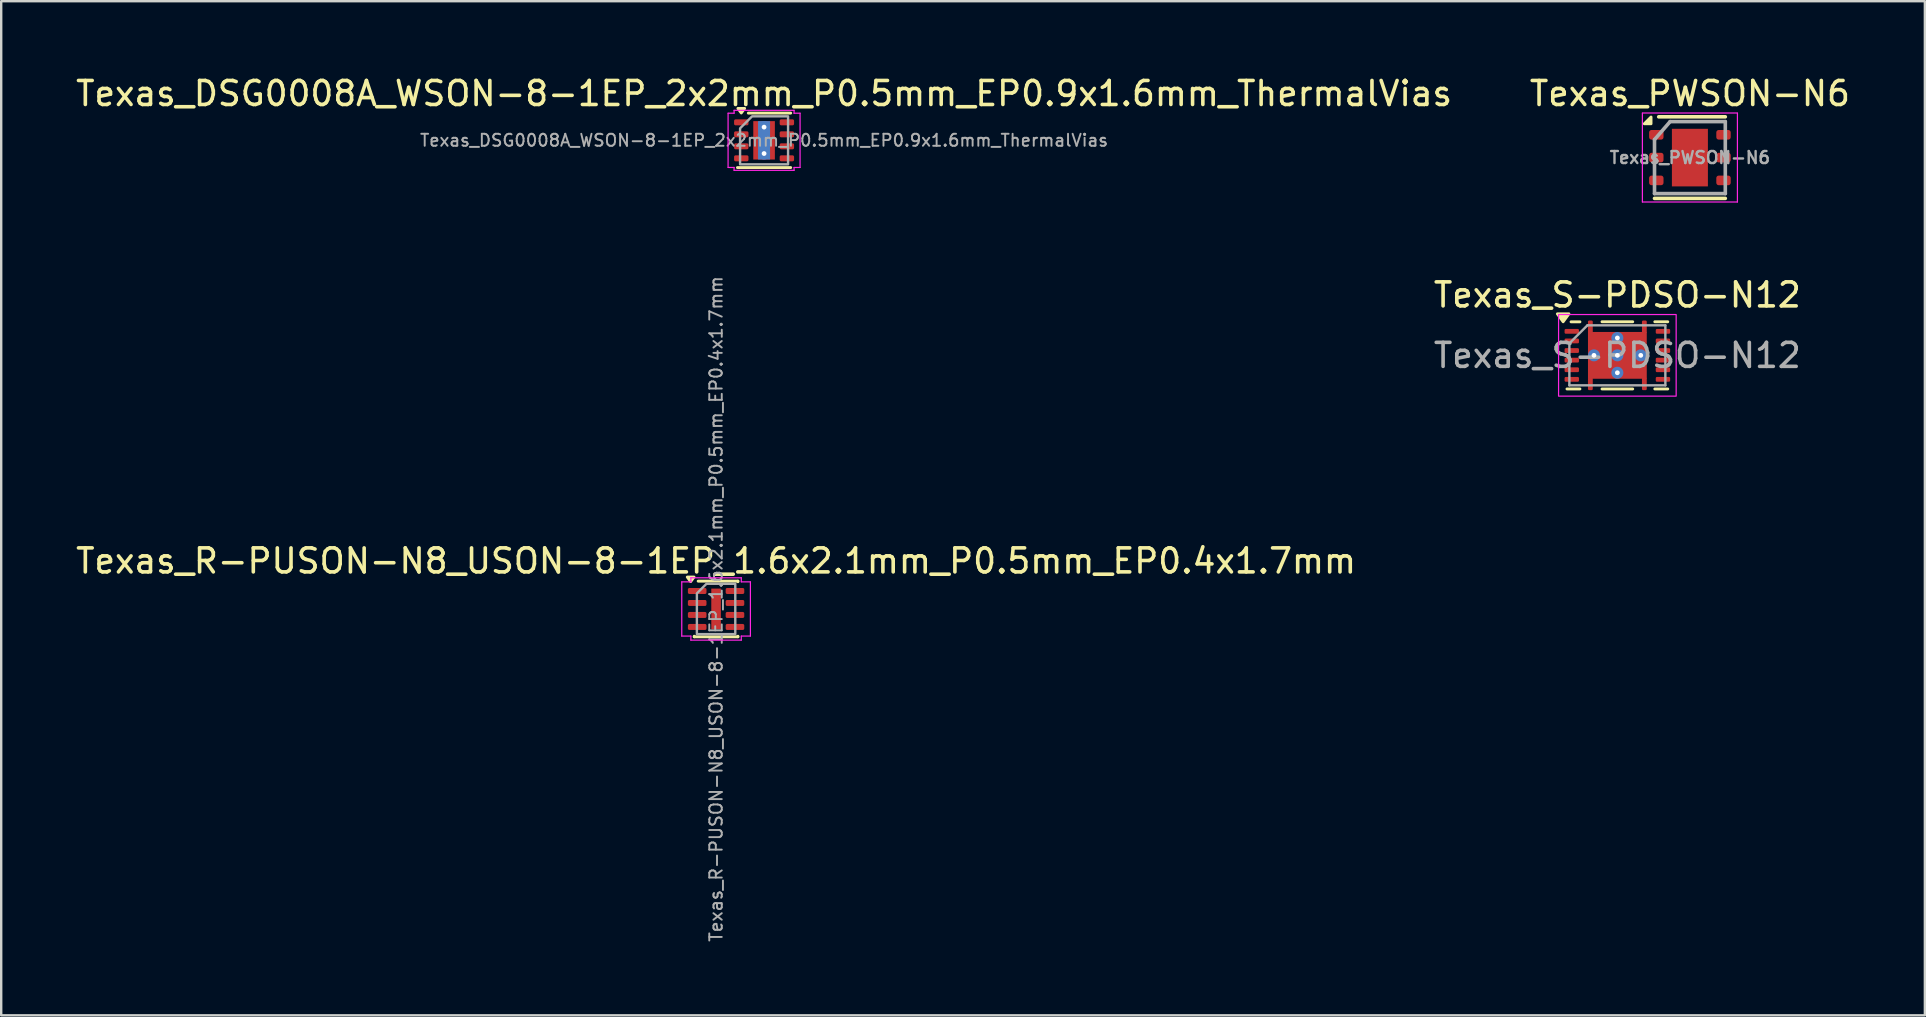
<source format=kicad_pcb>
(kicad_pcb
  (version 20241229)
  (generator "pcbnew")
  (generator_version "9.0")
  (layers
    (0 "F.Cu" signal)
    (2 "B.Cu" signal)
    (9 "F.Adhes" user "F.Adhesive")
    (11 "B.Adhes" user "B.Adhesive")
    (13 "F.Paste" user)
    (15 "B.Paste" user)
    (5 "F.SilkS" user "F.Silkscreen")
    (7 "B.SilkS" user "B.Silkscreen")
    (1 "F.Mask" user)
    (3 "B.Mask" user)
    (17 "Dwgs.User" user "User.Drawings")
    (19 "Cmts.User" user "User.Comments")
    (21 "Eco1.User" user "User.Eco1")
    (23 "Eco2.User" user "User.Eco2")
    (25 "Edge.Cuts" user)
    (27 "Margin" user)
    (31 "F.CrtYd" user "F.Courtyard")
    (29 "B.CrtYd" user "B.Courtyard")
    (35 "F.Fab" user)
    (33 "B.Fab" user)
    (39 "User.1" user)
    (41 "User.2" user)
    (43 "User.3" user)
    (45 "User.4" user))
  (footprint "Texas_S-PDSO-N12"
    (layer "F.Cu")
    (at 64.352 11.759)
    (property "Reference" "Texas_S-PDSO-N12" (at -0.001 -2.517 0) (layer "F.SilkS") (effects (font (size 1 1) (thickness 0.15))))
    (attr smd)
    (fp_line (start -1.56 -1.397) (end -1.93 -1.397) (stroke (width 0.12) (type solid)) (layer "F.SilkS"))
    (fp_line (start -1.56 1.4) (end -2.1 1.4) (stroke (width 0.12) (type solid)) (layer "F.SilkS"))
    (fp_line (start 0.64 -1.4) (end -0.64 -1.4) (stroke (width 0.12) (type solid)) (layer "F.SilkS"))
    (fp_line (start 0.64 1.4) (end -0.64 1.4) (stroke (width 0.12) (type solid)) (layer "F.SilkS"))
    (fp_line (start 1.56 -1.4) (end 2.1 -1.4) (stroke (width 0.12) (type solid)) (layer "F.SilkS"))
    (fp_line (start 1.56 1.4) (end 2.1 1.4) (stroke (width 0.12) (type solid)) (layer "F.SilkS"))
    (fp_poly (pts (xy -2.26 -1.4) (xy -2.5 -1.73) (xy -2.02 -1.73) (xy -2.26 -1.4)) (stroke (width 0.12) (type solid)) (fill yes) (layer "F.SilkS"))
    (fp_rect (start -2.45 -1.7) (end 2.45 1.7) (stroke (width 0.05) (type default)) (fill no) (layer "F.CrtYd"))
    (fp_line (start -2 -0.5) (end -2 1.25) (stroke (width 0.1) (type solid)) (layer "F.Fab"))
    (fp_line (start -2 -0.5) (end -1.25 -1.25) (stroke (width 0.1) (type solid)) (layer "F.Fab"))
    (fp_line (start -2 1.25) (end 2 1.25) (stroke (width 0.1) (type solid)) (layer "F.Fab"))
    (fp_line (start -1.25 -1.25) (end 2 -1.25) (stroke (width 0.1) (type solid)) (layer "F.Fab"))
    (fp_line (start 2 1.25) (end 2 -1.25) (stroke (width 0.1) (type solid)) (layer "F.Fab"))
    (fp_text user "${REFERENCE}" (at -0.001 0.003 0) (layer "F.Fab") (effects (font (size 1 1) (thickness 0.15))))
    (pad "" smd roundrect (at -1.125 -1.262) (size 0.2 0.375) (layers "F.Paste") (roundrect_rratio 0.25))
    (pad "" smd roundrect (at -1.125 1.262) (size 0.2 0.375) (layers "F.Paste") (roundrect_rratio 0.25))
    (pad "" smd roundrect (at -0.64 0) (size 1.08 1.75) (layers "F.Paste") (roundrect_rratio 0.25))
    (pad "" smd roundrect (at 0.64 0) (size 1.08 1.75) (layers "F.Paste") (roundrect_rratio 0.25))
    (pad "" smd roundrect (at 1.125 -1.262) (size 0.2 0.375) (layers "F.Paste") (roundrect_rratio 0.25))
    (pad "" smd roundrect (at 1.125 1.262) (size 0.2 0.375) (layers "F.Paste") (roundrect_rratio 0.25))
    (pad "1" smd roundrect (at -1.9 -1) (size 0.6 0.2) (layers "F.Cu" "F.Mask" "F.Paste") (roundrect_rratio 0.25) (chamfer_ratio 0.2) (chamfer))
    (pad "2" smd roundrect (at -1.9 -0.6) (size 0.6 0.2) (layers "F.Cu" "F.Mask" "F.Paste") (roundrect_rratio 0.25) (chamfer_ratio 0.2) (chamfer))
    (pad "3" smd roundrect (at -1.9 -0.2) (size 0.6 0.2) (layers "F.Cu" "F.Mask" "F.Paste") (roundrect_rratio 0.25) (chamfer_ratio 0.2) (chamfer))
    (pad "4" smd roundrect (at -1.9 0.2) (size 0.6 0.2) (layers "F.Cu" "F.Mask" "F.Paste") (roundrect_rratio 0.25) (chamfer_ratio 0.2) (chamfer))
    (pad "5" smd roundrect (at -1.9 0.6) (size 0.6 0.2) (layers "F.Cu" "F.Mask" "F.Paste") (roundrect_rratio 0.25) (chamfer_ratio 0.2) (chamfer))
    (pad "6" smd roundrect (at -1.9 1) (size 0.6 0.2) (layers "F.Cu" "F.Mask" "F.Paste") (roundrect_rratio 0.25) (chamfer_ratio 0.2) (chamfer))
    (pad "7" smd roundrect (at 1.9 1) (size 0.6 0.2) (layers "F.Cu" "F.Mask" "F.Paste") (roundrect_rratio 0.25) (chamfer_ratio 0.2) (chamfer))
    (pad "8" smd roundrect (at 1.9 0.6) (size 0.6 0.2) (layers "F.Cu" "F.Mask" "F.Paste") (roundrect_rratio 0.25) (chamfer_ratio 0.2) (chamfer))
    (pad "9" smd roundrect (at 1.9 0.2) (size 0.6 0.2) (layers "F.Cu" "F.Mask" "F.Paste") (roundrect_rratio 0.25) (chamfer_ratio 0.2) (chamfer))
    (pad "10" smd roundrect (at 1.9 -0.2) (size 0.6 0.2) (layers "F.Cu" "F.Mask" "F.Paste") (roundrect_rratio 0.25) (chamfer_ratio 0.2) (chamfer))
    (pad "11" smd roundrect (at 1.9 -0.6) (size 0.6 0.2) (layers "F.Cu" "F.Mask" "F.Paste") (roundrect_rratio 0.25) (chamfer_ratio 0.2) (chamfer))
    (pad "12" smd roundrect (at 1.9 -1) (size 0.6 0.2) (layers "F.Cu" "F.Mask" "F.Paste") (roundrect_rratio 0.25) (chamfer_ratio 0.2) (chamfer))
    (pad "13" smd roundrect (at -1.125 -1.188 270) (size 0.525 0.2) (layers "F.Cu" "F.Mask") (roundrect_rratio 0.25))
    (pad "13" smd roundrect (at -1.125 1.188 270) (size 0.525 0.2) (layers "F.Cu" "F.Mask") (roundrect_rratio 0.25))
    (pad "13" thru_hole circle (at -0.975 0) (size 0.5 0.5) (drill 0.2) (property pad_prop_heatsink) (layers "*.Cu"))
    (pad "13" thru_hole circle (at 0 -0.725) (size 0.5 0.5) (drill 0.2) (property pad_prop_heatsink) (layers "*.Cu"))
    (pad "13" thru_hole circle (at 0 0) (size 0.5 0.5) (drill 0.2) (property pad_prop_heatsink) (layers "*.Cu"))
    (pad "13" smd rect (at 0 0 270) (size 1.95 2.45) (layers "F.Cu" "F.Mask"))
    (pad "13" thru_hole circle (at 0 0.725) (size 0.5 0.5) (drill 0.2) (property pad_prop_heatsink) (layers "*.Cu"))
    (pad "13" thru_hole circle (at 0.975 0) (size 0.5 0.5) (drill 0.2) (property pad_prop_heatsink) (layers "*.Cu"))
    (pad "13" smd roundrect (at 1.125 -1.188 270) (size 0.525 0.2) (layers "F.Cu" "F.Mask") (roundrect_rratio 0.25))
    (pad "13" smd roundrect (at 1.125 1.188 270) (size 0.525 0.2) (layers "F.Cu" "F.Mask") (roundrect_rratio 0.25)))
  (footprint "Texas_PWSON-N6"
    (layer "F.Cu")
    (at 67.375 3.518)
    (property "Reference" "Texas_PWSON-N6" (at 0 -2.67 0) (layer "F.SilkS") (effects (font (size 1 1) (thickness 0.15))))
    (attr smd)
    (fp_line (start 1.475 -1.7) (end -1.3 -1.7) (stroke (width 0.15) (type solid)) (layer "F.SilkS"))
    (fp_line (start 1.475 1.7) (end -1.475 1.7) (stroke (width 0.15) (type solid)) (layer "F.SilkS"))
    (fp_poly (pts (xy -1.62 -1.41) (xy -1.9 -1.41) (xy -1.62 -1.69) (xy -1.62 -1.41)) (stroke (width 0.12) (type solid)) (fill yes) (layer "F.SilkS"))
    (fp_line (start -1.98 -1.86) (end 1.98 -1.86) (stroke (width 0.05) (type solid)) (layer "F.CrtYd"))
    (fp_line (start -1.98 1.85) (end -1.98 -1.85) (stroke (width 0.05) (type solid)) (layer "F.CrtYd"))
    (fp_line (start -1.98 1.85) (end 1.98 1.85) (stroke (width 0.05) (type solid)) (layer "F.CrtYd"))
    (fp_line (start 1.98 1.85) (end 1.98 -1.85) (stroke (width 0.05) (type solid)) (layer "F.CrtYd"))
    (fp_line (start -1.475 -0.75) (end -0.825 -1.5) (stroke (width 0.15) (type solid)) (layer "F.Fab"))
    (fp_line (start -1.475 1.5) (end -1.475 -0.75) (stroke (width 0.15) (type solid)) (layer "F.Fab"))
    (fp_line (start 1.475 -1.5) (end -0.825 -1.5) (stroke (width 0.15) (type solid)) (layer "F.Fab"))
    (fp_line (start 1.475 -1.5) (end 1.475 1.5) (stroke (width 0.15) (type solid)) (layer "F.Fab"))
    (fp_line (start 1.475 1.5) (end -1.475 1.5) (stroke (width 0.15) (type solid)) (layer "F.Fab"))
    (fp_text user "${REFERENCE}" (at 0 0 0) (layer "F.Fab") (effects (font (size 0.5 0.5) (thickness 0.1))))
    (pad "" smd roundrect (at -0.4 -0.65) (size 0.6 1) (layers "F.Paste") (roundrect_rratio 0.25))
    (pad "" smd roundrect (at -0.4 0.65) (size 0.6 1) (layers "F.Paste") (roundrect_rratio 0.25))
    (pad "" smd roundrect (at 0.4 -0.65) (size 0.6 1) (layers "F.Paste") (roundrect_rratio 0.25))
    (pad "" smd roundrect (at 0.4 0.65) (size 0.6 1) (layers "F.Paste") (roundrect_rratio 0.25))
    (pad "1" smd roundrect (at -1.4 -0.95) (size 0.6 0.4) (layers "F.Cu" "F.Mask" "F.Paste") (roundrect_rratio 0.25))
    (pad "2" smd roundrect (at -1.4 0) (size 0.6 0.4) (layers "F.Cu" "F.Mask" "F.Paste") (roundrect_rratio 0.25))
    (pad "3" smd roundrect (at -1.4 0.95) (size 0.6 0.4) (layers "F.Cu" "F.Mask" "F.Paste") (roundrect_rratio 0.25))
    (pad "4" smd roundrect (at 1.4 0.95) (size 0.6 0.4) (layers "F.Cu" "F.Mask" "F.Paste") (roundrect_rratio 0.25))
    (pad "5" smd roundrect (at 1.4 0) (size 0.6 0.4) (layers "F.Cu" "F.Mask" "F.Paste") (roundrect_rratio 0.25))
    (pad "6" smd roundrect (at 1.4 -0.95) (size 0.6 0.4) (layers "F.Cu" "F.Mask" "F.Paste") (roundrect_rratio 0.25))
    (pad "7" smd rect (at 0 0) (size 1.5 2.4) (layers "F.Cu" "F.Mask")))
  (footprint "Texas_DSG0008A_WSON-8-1EP_2x2mm_P0.5mm_EP0.9x1.6mm_ThermalVias"
    (layer "F.Cu")
    (at 28.792 2.798)
    (property "Reference" "Texas_DSG0008A_WSON-8-1EP_2x2mm_P0.5mm_EP0.9x1.6mm_ThermalVias" (at 0 -1.95 0) (layer "F.SilkS") (effects (font (size 1 1) (thickness 0.15))))
    (attr smd)
    (fp_line (start -0.656 -1.135) (end 1.11 -1.135) (stroke (width 0.12) (type solid)) (layer "F.SilkS"))
    (fp_line (start 1.11 1.135) (end -1.11 1.135) (stroke (width 0.12) (type solid)) (layer "F.SilkS"))
    (fp_poly (pts (xy -0.95 -1.14) (xy -1.09 -1.33) (xy -0.81 -1.33)) (stroke (width 0.12) (type solid)) (fill yes) (layer "F.SilkS"))
    (fp_line (start -1.5 -1.13) (end -1.25 -1.13) (stroke (width 0.05) (type solid)) (layer "F.CrtYd"))
    (fp_line (start -1.5 1.13) (end -1.5 -1.13) (stroke (width 0.05) (type solid)) (layer "F.CrtYd"))
    (fp_line (start -1.25 -1.25) (end 1.25 -1.25) (stroke (width 0.05) (type solid)) (layer "F.CrtYd"))
    (fp_line (start -1.25 -1.13) (end -1.25 -1.25) (stroke (width 0.05) (type solid)) (layer "F.CrtYd"))
    (fp_line (start -1.25 1.13) (end -1.5 1.13) (stroke (width 0.05) (type solid)) (layer "F.CrtYd"))
    (fp_line (start -1.25 1.25) (end -1.25 1.13) (stroke (width 0.05) (type solid)) (layer "F.CrtYd"))
    (fp_line (start 1.25 -1.25) (end 1.25 -1.13) (stroke (width 0.05) (type solid)) (layer "F.CrtYd"))
    (fp_line (start 1.25 -1.13) (end 1.5 -1.13) (stroke (width 0.05) (type solid)) (layer "F.CrtYd"))
    (fp_line (start 1.25 1.13) (end 1.25 1.25) (stroke (width 0.05) (type solid)) (layer "F.CrtYd"))
    (fp_line (start 1.25 1.25) (end -1.25 1.25) (stroke (width 0.05) (type solid)) (layer "F.CrtYd"))
    (fp_line (start 1.5 -1.13) (end 1.5 1.13) (stroke (width 0.05) (type solid)) (layer "F.CrtYd"))
    (fp_line (start 1.5 1.13) (end 1.25 1.13) (stroke (width 0.05) (type solid)) (layer "F.CrtYd"))
    (fp_poly (pts (xy -1 -0.5) (xy -1 1) (xy 1 1) (xy 1 -1) (xy -0.5 -1)) (stroke (width 0.1) (type solid)) (fill no) (layer "F.Fab"))
    (fp_text user "${REFERENCE}" (at 0 0 0) (layer "F.Fab") (effects (font (size 0.5 0.5) (thickness 0.08))))
    (pad "" smd roundrect (at 0 -0.4) (size 0.83 0.74) (layers "F.Paste") (roundrect_rratio 0.25))
    (pad "" smd roundrect (at 0 0.4) (size 0.83 0.74) (layers "F.Paste") (roundrect_rratio 0.25))
    (pad "1" smd roundrect (at -0.95 -0.75) (size 0.6 0.25) (layers "F.Cu" "F.Mask" "F.Paste") (roundrect_rratio 0.25))
    (pad "2" smd roundrect (at -0.95 -0.25) (size 0.6 0.25) (layers "F.Cu" "F.Mask" "F.Paste") (roundrect_rratio 0.25))
    (pad "3" smd roundrect (at -0.95 0.25) (size 0.6 0.25) (layers "F.Cu" "F.Mask" "F.Paste") (roundrect_rratio 0.25))
    (pad "4" smd roundrect (at -0.95 0.75) (size 0.6 0.25) (layers "F.Cu" "F.Mask" "F.Paste") (roundrect_rratio 0.25))
    (pad "5" smd roundrect (at 0.95 0.75) (size 0.6 0.25) (layers "F.Cu" "F.Mask" "F.Paste") (roundrect_rratio 0.25))
    (pad "6" smd roundrect (at 0.95 0.25) (size 0.6 0.25) (layers "F.Cu" "F.Mask" "F.Paste") (roundrect_rratio 0.25))
    (pad "7" smd roundrect (at 0.95 -0.25) (size 0.6 0.25) (layers "F.Cu" "F.Mask" "F.Paste") (roundrect_rratio 0.25))
    (pad "8" smd roundrect (at 0.95 -0.75) (size 0.6 0.25) (layers "F.Cu" "F.Mask" "F.Paste") (roundrect_rratio 0.25))
    (pad "9" thru_hole circle (at 0 -0.55) (size 0.5 0.5) (drill 0.2) (property pad_prop_heatsink) (layers "*.Cu"))
    (pad "9" smd rect (at 0 0) (size 0.5 1.6) (property pad_prop_heatsink) (layers "B.Cu"))
    (pad "9" smd rect (at 0 0) (size 0.9 1.6) (property pad_prop_heatsink) (layers "F.Cu" "F.Mask"))
    (pad "9" thru_hole circle (at 0 0.55) (size 0.5 0.5) (drill 0.2) (property pad_prop_heatsink) (layers "*.Cu")))
  (footprint "Texas_R-PUSON-N8_USON-8-1EP_1.6x2.1mm_P0.5mm_EP0.4x1.7mm"
    (layer "F.Cu")
    (at 26.792 22.328)
    (property "Reference" "Texas_R-PUSON-N8_USON-8-1EP_1.6x2.1mm_P0.5mm_EP0.4x1.7mm" (at 0 -2 0) (layer "F.SilkS") (effects (font (size 1 1) (thickness 0.15))))
    (attr smd)
    (fp_line (start -0.91 1.16) (end -0.91 1.135) (stroke (width 0.12) (type solid)) (layer "F.SilkS"))
    (fp_line (start -0.747 -1.16) (end 0.91 -1.16) (stroke (width 0.12) (type solid)) (layer "F.SilkS"))
    (fp_line (start 0.91 -1.16) (end 0.91 -1.135) (stroke (width 0.12) (type solid)) (layer "F.SilkS"))
    (fp_line (start 0.91 1.135) (end 0.91 1.16) (stroke (width 0.12) (type solid)) (layer "F.SilkS"))
    (fp_line (start 0.91 1.16) (end -0.91 1.16) (stroke (width 0.12) (type solid)) (layer "F.SilkS"))
    (fp_poly (pts (xy -1.06 -1.14) (xy -1.2 -1.33) (xy -0.92 -1.33)) (stroke (width 0.12) (type solid)) (fill yes) (layer "F.SilkS"))
    (fp_line (start -1.43 -1.13) (end -1.05 -1.13) (stroke (width 0.05) (type solid)) (layer "F.CrtYd"))
    (fp_line (start -1.43 1.13) (end -1.43 -1.13) (stroke (width 0.05) (type solid)) (layer "F.CrtYd"))
    (fp_line (start -1.05 -1.3) (end 1.05 -1.3) (stroke (width 0.05) (type solid)) (layer "F.CrtYd"))
    (fp_line (start -1.05 -1.13) (end -1.05 -1.3) (stroke (width 0.05) (type solid)) (layer "F.CrtYd"))
    (fp_line (start -1.05 1.13) (end -1.43 1.13) (stroke (width 0.05) (type solid)) (layer "F.CrtYd"))
    (fp_line (start -1.05 1.3) (end -1.05 1.13) (stroke (width 0.05) (type solid)) (layer "F.CrtYd"))
    (fp_line (start 1.05 -1.3) (end 1.05 -1.13) (stroke (width 0.05) (type solid)) (layer "F.CrtYd"))
    (fp_line (start 1.05 -1.13) (end 1.43 -1.13) (stroke (width 0.05) (type solid)) (layer "F.CrtYd"))
    (fp_line (start 1.05 1.13) (end 1.05 1.3) (stroke (width 0.05) (type solid)) (layer "F.CrtYd"))
    (fp_line (start 1.05 1.3) (end -1.05 1.3) (stroke (width 0.05) (type solid)) (layer "F.CrtYd"))
    (fp_line (start 1.43 -1.13) (end 1.43 1.13) (stroke (width 0.05) (type solid)) (layer "F.CrtYd"))
    (fp_line (start 1.43 1.13) (end 1.05 1.13) (stroke (width 0.05) (type solid)) (layer "F.CrtYd"))
    (fp_poly (pts (xy -0.8 -0.65) (xy -0.8 1.05) (xy 0.8 1.05) (xy 0.8 -1.05) (xy -0.4 -1.05)) (stroke (width 0.1) (type solid)) (fill no) (layer "F.Fab"))
    (fp_text user "${REFERENCE}" (at 0 0 90) (layer "F.Fab") (effects (font (size 0.52 0.52) (thickness 0.08))))
    (pad "" smd roundrect (at 0 0) (size 0.32 1.37) (layers "F.Paste") (roundrect_rratio 0.25))
    (pad "1" smd roundrect (at -0.787 -0.75) (size 0.775 0.25) (layers "F.Cu" "F.Mask" "F.Paste") (roundrect_rratio 0.25))
    (pad "2" smd roundrect (at -0.787 -0.25) (size 0.775 0.25) (layers "F.Cu" "F.Mask" "F.Paste") (roundrect_rratio 0.25))
    (pad "3" smd roundrect (at -0.787 0.25) (size 0.775 0.25) (layers "F.Cu" "F.Mask" "F.Paste") (roundrect_rratio 0.25))
    (pad "4" smd roundrect (at -0.787 0.75) (size 0.775 0.25) (layers "F.Cu" "F.Mask" "F.Paste") (roundrect_rratio 0.25))
    (pad "5" smd roundrect (at 0.787 0.75) (size 0.775 0.25) (layers "F.Cu" "F.Mask" "F.Paste") (roundrect_rratio 0.25))
    (pad "6" smd roundrect (at 0.787 0.25) (size 0.775 0.25) (layers "F.Cu" "F.Mask" "F.Paste") (roundrect_rratio 0.25))
    (pad "7" smd roundrect (at 0.787 -0.25) (size 0.775 0.25) (layers "F.Cu" "F.Mask" "F.Paste") (roundrect_rratio 0.25))
    (pad "8" smd roundrect (at 0.787 -0.75) (size 0.775 0.25) (layers "F.Cu" "F.Mask" "F.Paste") (roundrect_rratio 0.25))
    (pad "9" smd rect (at 0 0) (size 0.4 1.7) (property pad_prop_heatsink) (layers "F.Cu" "F.Mask")))
  (gr_rect
    (start -3 -3)
    (end 77.167 39.263)
    (stroke (width 0.1) (type default))
    (fill no)
    (layer "Edge.Cuts")))
</source>
